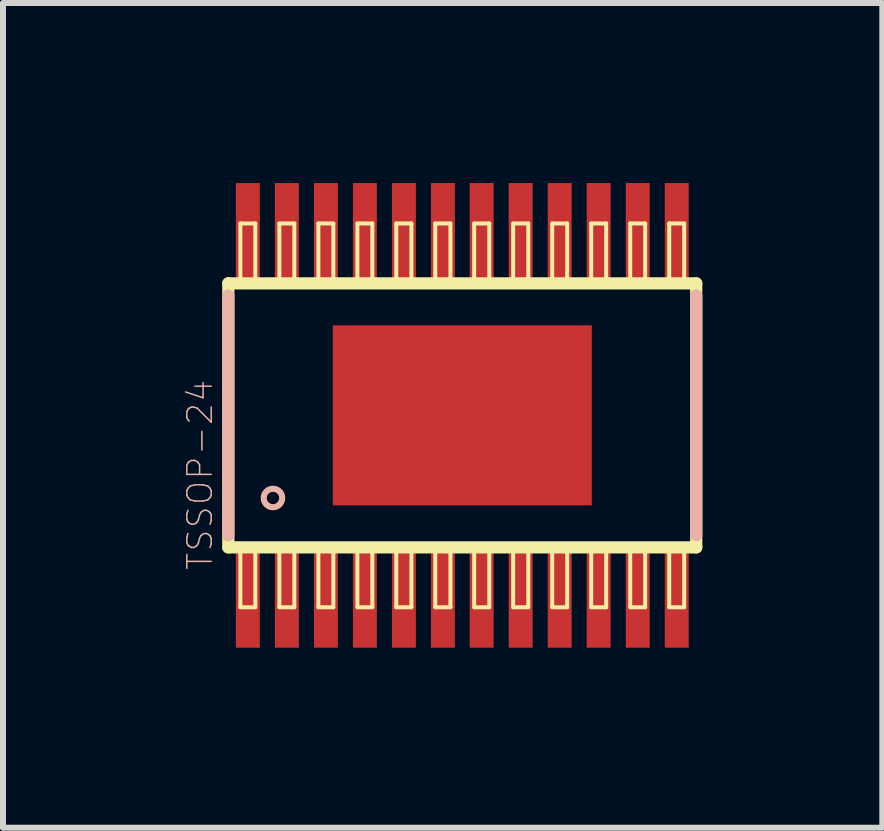
<source format=kicad_pcb>
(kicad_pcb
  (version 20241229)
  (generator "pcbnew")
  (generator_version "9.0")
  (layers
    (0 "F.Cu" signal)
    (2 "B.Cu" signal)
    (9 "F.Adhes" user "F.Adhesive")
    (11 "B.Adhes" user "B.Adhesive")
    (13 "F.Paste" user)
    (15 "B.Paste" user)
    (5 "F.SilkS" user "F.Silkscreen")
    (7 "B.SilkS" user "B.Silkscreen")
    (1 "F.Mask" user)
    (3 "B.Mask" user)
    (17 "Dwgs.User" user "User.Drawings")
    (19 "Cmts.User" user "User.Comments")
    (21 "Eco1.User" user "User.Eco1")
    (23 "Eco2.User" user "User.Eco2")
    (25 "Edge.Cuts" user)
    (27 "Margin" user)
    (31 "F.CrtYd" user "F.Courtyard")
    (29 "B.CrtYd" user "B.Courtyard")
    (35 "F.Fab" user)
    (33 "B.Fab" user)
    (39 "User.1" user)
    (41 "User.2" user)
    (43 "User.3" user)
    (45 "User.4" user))
  (footprint "TSSOP-24"
    (layer "F.Cu")
    (at 4.654 3.872)
    (property "Reference" "TSSOP-24" (at -4.371 0.993 90) (layer "B.SilkS") (effects (font (size 0.406 0.406) (thickness 0.025))))
    (attr smd)
    (fp_line (start -3.899 -2.2) (end 3.899 -2.2) (stroke (width 0.203) (type solid)) (layer "F.SilkS"))
    (fp_line (start -3.899 2.2) (end -3.899 -2.2) (stroke (width 0.203) (type solid)) (layer "F.SilkS"))
    (fp_line (start -3.698 -3.198) (end -3.449 -3.198) (stroke (width 0.066) (type solid)) (layer "F.SilkS"))
    (fp_line (start -3.698 -2.2) (end -3.698 -3.198) (stroke (width 0.066) (type solid)) (layer "F.SilkS"))
    (fp_line (start -3.698 -2.2) (end -3.449 -2.2) (stroke (width 0.066) (type solid)) (layer "F.SilkS"))
    (fp_line (start -3.698 2.2) (end -3.449 2.2) (stroke (width 0.066) (type solid)) (layer "F.SilkS"))
    (fp_line (start -3.698 3.198) (end -3.698 2.2) (stroke (width 0.066) (type solid)) (layer "F.SilkS"))
    (fp_line (start -3.698 3.198) (end -3.449 3.198) (stroke (width 0.066) (type solid)) (layer "F.SilkS"))
    (fp_line (start -3.449 -2.2) (end -3.449 -3.198) (stroke (width 0.066) (type solid)) (layer "F.SilkS"))
    (fp_line (start -3.449 3.198) (end -3.449 2.2) (stroke (width 0.066) (type solid)) (layer "F.SilkS"))
    (fp_line (start -3.048 -3.198) (end -2.799 -3.198) (stroke (width 0.066) (type solid)) (layer "F.SilkS"))
    (fp_line (start -3.048 -2.2) (end -3.048 -3.198) (stroke (width 0.066) (type solid)) (layer "F.SilkS"))
    (fp_line (start -3.048 -2.2) (end -2.799 -2.2) (stroke (width 0.066) (type solid)) (layer "F.SilkS"))
    (fp_line (start -3.048 2.2) (end -2.799 2.2) (stroke (width 0.066) (type solid)) (layer "F.SilkS"))
    (fp_line (start -3.048 3.198) (end -3.048 2.2) (stroke (width 0.066) (type solid)) (layer "F.SilkS"))
    (fp_line (start -3.048 3.198) (end -2.799 3.198) (stroke (width 0.066) (type solid)) (layer "F.SilkS"))
    (fp_line (start -2.799 -2.2) (end -2.799 -3.198) (stroke (width 0.066) (type solid)) (layer "F.SilkS"))
    (fp_line (start -2.799 3.198) (end -2.799 2.2) (stroke (width 0.066) (type solid)) (layer "F.SilkS"))
    (fp_line (start -2.398 -3.198) (end -2.149 -3.198) (stroke (width 0.066) (type solid)) (layer "F.SilkS"))
    (fp_line (start -2.398 -2.2) (end -2.398 -3.198) (stroke (width 0.066) (type solid)) (layer "F.SilkS"))
    (fp_line (start -2.398 -2.2) (end -2.149 -2.2) (stroke (width 0.066) (type solid)) (layer "F.SilkS"))
    (fp_line (start -2.398 2.2) (end -2.149 2.2) (stroke (width 0.066) (type solid)) (layer "F.SilkS"))
    (fp_line (start -2.398 3.198) (end -2.398 2.2) (stroke (width 0.066) (type solid)) (layer "F.SilkS"))
    (fp_line (start -2.398 3.198) (end -2.149 3.198) (stroke (width 0.066) (type solid)) (layer "F.SilkS"))
    (fp_line (start -2.149 -2.2) (end -2.149 -3.198) (stroke (width 0.066) (type solid)) (layer "F.SilkS"))
    (fp_line (start -2.149 3.198) (end -2.149 2.2) (stroke (width 0.066) (type solid)) (layer "F.SilkS"))
    (fp_line (start -1.748 -3.198) (end -1.499 -3.198) (stroke (width 0.066) (type solid)) (layer "F.SilkS"))
    (fp_line (start -1.748 -2.2) (end -1.748 -3.198) (stroke (width 0.066) (type solid)) (layer "F.SilkS"))
    (fp_line (start -1.748 -2.2) (end -1.499 -2.2) (stroke (width 0.066) (type solid)) (layer "F.SilkS"))
    (fp_line (start -1.748 2.2) (end -1.499 2.2) (stroke (width 0.066) (type solid)) (layer "F.SilkS"))
    (fp_line (start -1.748 3.198) (end -1.748 2.2) (stroke (width 0.066) (type solid)) (layer "F.SilkS"))
    (fp_line (start -1.748 3.198) (end -1.499 3.198) (stroke (width 0.066) (type solid)) (layer "F.SilkS"))
    (fp_line (start -1.499 -2.2) (end -1.499 -3.198) (stroke (width 0.066) (type solid)) (layer "F.SilkS"))
    (fp_line (start -1.499 3.198) (end -1.499 2.2) (stroke (width 0.066) (type solid)) (layer "F.SilkS"))
    (fp_line (start -1.1 -3.198) (end -0.848 -3.198) (stroke (width 0.066) (type solid)) (layer "F.SilkS"))
    (fp_line (start -1.1 -2.2) (end -1.1 -3.198) (stroke (width 0.066) (type solid)) (layer "F.SilkS"))
    (fp_line (start -1.1 -2.2) (end -0.848 -2.2) (stroke (width 0.066) (type solid)) (layer "F.SilkS"))
    (fp_line (start -1.1 2.2) (end -0.848 2.2) (stroke (width 0.066) (type solid)) (layer "F.SilkS"))
    (fp_line (start -1.1 3.198) (end -1.1 2.2) (stroke (width 0.066) (type solid)) (layer "F.SilkS"))
    (fp_line (start -1.1 3.198) (end -0.848 3.198) (stroke (width 0.066) (type solid)) (layer "F.SilkS"))
    (fp_line (start -0.848 -2.2) (end -0.848 -3.198) (stroke (width 0.066) (type solid)) (layer "F.SilkS"))
    (fp_line (start -0.848 3.198) (end -0.848 2.2) (stroke (width 0.066) (type solid)) (layer "F.SilkS"))
    (fp_line (start -0.45 -3.198) (end -0.198 -3.198) (stroke (width 0.066) (type solid)) (layer "F.SilkS"))
    (fp_line (start -0.45 -2.2) (end -0.45 -3.198) (stroke (width 0.066) (type solid)) (layer "F.SilkS"))
    (fp_line (start -0.45 -2.2) (end -0.198 -2.2) (stroke (width 0.066) (type solid)) (layer "F.SilkS"))
    (fp_line (start -0.45 2.2) (end -0.198 2.2) (stroke (width 0.066) (type solid)) (layer "F.SilkS"))
    (fp_line (start -0.45 3.198) (end -0.45 2.2) (stroke (width 0.066) (type solid)) (layer "F.SilkS"))
    (fp_line (start -0.45 3.198) (end -0.198 3.198) (stroke (width 0.066) (type solid)) (layer "F.SilkS"))
    (fp_line (start -0.198 -2.2) (end -0.198 -3.198) (stroke (width 0.066) (type solid)) (layer "F.SilkS"))
    (fp_line (start -0.198 3.198) (end -0.198 2.2) (stroke (width 0.066) (type solid)) (layer "F.SilkS"))
    (fp_line (start 0.198 -3.198) (end 0.45 -3.198) (stroke (width 0.066) (type solid)) (layer "F.SilkS"))
    (fp_line (start 0.198 -2.2) (end 0.198 -3.198) (stroke (width 0.066) (type solid)) (layer "F.SilkS"))
    (fp_line (start 0.198 -2.2) (end 0.45 -2.2) (stroke (width 0.066) (type solid)) (layer "F.SilkS"))
    (fp_line (start 0.198 2.2) (end 0.45 2.2) (stroke (width 0.066) (type solid)) (layer "F.SilkS"))
    (fp_line (start 0.198 3.198) (end 0.198 2.2) (stroke (width 0.066) (type solid)) (layer "F.SilkS"))
    (fp_line (start 0.198 3.198) (end 0.45 3.198) (stroke (width 0.066) (type solid)) (layer "F.SilkS"))
    (fp_line (start 0.45 -2.2) (end 0.45 -3.198) (stroke (width 0.066) (type solid)) (layer "F.SilkS"))
    (fp_line (start 0.45 3.198) (end 0.45 2.2) (stroke (width 0.066) (type solid)) (layer "F.SilkS"))
    (fp_line (start 0.848 -3.198) (end 1.1 -3.198) (stroke (width 0.066) (type solid)) (layer "F.SilkS"))
    (fp_line (start 0.848 -2.2) (end 0.848 -3.198) (stroke (width 0.066) (type solid)) (layer "F.SilkS"))
    (fp_line (start 0.848 -2.2) (end 1.1 -2.2) (stroke (width 0.066) (type solid)) (layer "F.SilkS"))
    (fp_line (start 0.848 2.2) (end 1.1 2.2) (stroke (width 0.066) (type solid)) (layer "F.SilkS"))
    (fp_line (start 0.848 3.198) (end 0.848 2.2) (stroke (width 0.066) (type solid)) (layer "F.SilkS"))
    (fp_line (start 0.848 3.198) (end 1.1 3.198) (stroke (width 0.066) (type solid)) (layer "F.SilkS"))
    (fp_line (start 1.1 -2.2) (end 1.1 -3.198) (stroke (width 0.066) (type solid)) (layer "F.SilkS"))
    (fp_line (start 1.1 3.198) (end 1.1 2.2) (stroke (width 0.066) (type solid)) (layer "F.SilkS"))
    (fp_line (start 1.499 -3.198) (end 1.748 -3.198) (stroke (width 0.066) (type solid)) (layer "F.SilkS"))
    (fp_line (start 1.499 -2.2) (end 1.499 -3.198) (stroke (width 0.066) (type solid)) (layer "F.SilkS"))
    (fp_line (start 1.499 -2.2) (end 1.748 -2.2) (stroke (width 0.066) (type solid)) (layer "F.SilkS"))
    (fp_line (start 1.499 2.2) (end 1.748 2.2) (stroke (width 0.066) (type solid)) (layer "F.SilkS"))
    (fp_line (start 1.499 3.198) (end 1.499 2.2) (stroke (width 0.066) (type solid)) (layer "F.SilkS"))
    (fp_line (start 1.499 3.198) (end 1.748 3.198) (stroke (width 0.066) (type solid)) (layer "F.SilkS"))
    (fp_line (start 1.748 -2.2) (end 1.748 -3.198) (stroke (width 0.066) (type solid)) (layer "F.SilkS"))
    (fp_line (start 1.748 3.198) (end 1.748 2.2) (stroke (width 0.066) (type solid)) (layer "F.SilkS"))
    (fp_line (start 2.149 -3.198) (end 2.398 -3.198) (stroke (width 0.066) (type solid)) (layer "F.SilkS"))
    (fp_line (start 2.149 -2.2) (end 2.149 -3.198) (stroke (width 0.066) (type solid)) (layer "F.SilkS"))
    (fp_line (start 2.149 -2.2) (end 2.398 -2.2) (stroke (width 0.066) (type solid)) (layer "F.SilkS"))
    (fp_line (start 2.149 2.2) (end 2.398 2.2) (stroke (width 0.066) (type solid)) (layer "F.SilkS"))
    (fp_line (start 2.149 3.198) (end 2.149 2.2) (stroke (width 0.066) (type solid)) (layer "F.SilkS"))
    (fp_line (start 2.149 3.198) (end 2.398 3.198) (stroke (width 0.066) (type solid)) (layer "F.SilkS"))
    (fp_line (start 2.398 -2.2) (end 2.398 -3.198) (stroke (width 0.066) (type solid)) (layer "F.SilkS"))
    (fp_line (start 2.398 3.198) (end 2.398 2.2) (stroke (width 0.066) (type solid)) (layer "F.SilkS"))
    (fp_line (start 2.799 -3.198) (end 3.048 -3.198) (stroke (width 0.066) (type solid)) (layer "F.SilkS"))
    (fp_line (start 2.799 -2.2) (end 2.799 -3.198) (stroke (width 0.066) (type solid)) (layer "F.SilkS"))
    (fp_line (start 2.799 -2.2) (end 3.048 -2.2) (stroke (width 0.066) (type solid)) (layer "F.SilkS"))
    (fp_line (start 2.799 2.2) (end 3.048 2.2) (stroke (width 0.066) (type solid)) (layer "F.SilkS"))
    (fp_line (start 2.799 3.198) (end 2.799 2.2) (stroke (width 0.066) (type solid)) (layer "F.SilkS"))
    (fp_line (start 2.799 3.198) (end 3.048 3.198) (stroke (width 0.066) (type solid)) (layer "F.SilkS"))
    (fp_line (start 3.048 -2.2) (end 3.048 -3.198) (stroke (width 0.066) (type solid)) (layer "F.SilkS"))
    (fp_line (start 3.048 3.198) (end 3.048 2.2) (stroke (width 0.066) (type solid)) (layer "F.SilkS"))
    (fp_line (start 3.449 -3.198) (end 3.698 -3.198) (stroke (width 0.066) (type solid)) (layer "F.SilkS"))
    (fp_line (start 3.449 -2.2) (end 3.449 -3.198) (stroke (width 0.066) (type solid)) (layer "F.SilkS"))
    (fp_line (start 3.449 -2.2) (end 3.698 -2.2) (stroke (width 0.066) (type solid)) (layer "F.SilkS"))
    (fp_line (start 3.449 2.2) (end 3.698 2.2) (stroke (width 0.066) (type solid)) (layer "F.SilkS"))
    (fp_line (start 3.449 3.198) (end 3.449 2.2) (stroke (width 0.066) (type solid)) (layer "F.SilkS"))
    (fp_line (start 3.449 3.198) (end 3.698 3.198) (stroke (width 0.066) (type solid)) (layer "F.SilkS"))
    (fp_line (start 3.698 -2.2) (end 3.698 -3.198) (stroke (width 0.066) (type solid)) (layer "F.SilkS"))
    (fp_line (start 3.698 3.198) (end 3.698 2.2) (stroke (width 0.066) (type solid)) (layer "F.SilkS"))
    (fp_line (start 3.899 -2.2) (end 3.899 2.2) (stroke (width 0.203) (type solid)) (layer "F.SilkS"))
    (fp_line (start 3.899 2.2) (end -3.899 2.2) (stroke (width 0.203) (type solid)) (layer "F.SilkS"))
    (fp_line (start -3.899 1.999) (end -3.899 -1.999) (stroke (width 0.203) (type solid)) (layer "B.SilkS"))
    (fp_line (start 3.899 -1.999) (end 3.899 1.999) (stroke (width 0.203) (type solid)) (layer "B.SilkS"))
    (fp_circle (center -3.155 1.377) (end -3.264 1.486) (stroke (width 0.102) (type solid)) (fill no) (layer "B.SilkS"))
    (pad "1" smd rect (at -3.574 3.048) (size 0.399 1.648) (layers "F.Cu" "F.Mask" "F.Paste"))
    (pad "2" smd rect (at -2.924 3.048) (size 0.399 1.648) (layers "F.Cu" "F.Mask" "F.Paste"))
    (pad "3" smd rect (at -2.273 3.048) (size 0.399 1.648) (layers "F.Cu" "F.Mask" "F.Paste"))
    (pad "4" smd rect (at -1.623 3.048) (size 0.399 1.648) (layers "F.Cu" "F.Mask" "F.Paste"))
    (pad "5" smd rect (at -0.973 3.048) (size 0.399 1.648) (layers "F.Cu" "F.Mask" "F.Paste"))
    (pad "6" smd rect (at -0.323 3.048) (size 0.399 1.648) (layers "F.Cu" "F.Mask" "F.Paste"))
    (pad "7" smd rect (at 0.323 3.048) (size 0.399 1.648) (layers "F.Cu" "F.Mask" "F.Paste"))
    (pad "8" smd rect (at 0.973 3.048) (size 0.399 1.648) (layers "F.Cu" "F.Mask" "F.Paste"))
    (pad "9" smd rect (at 1.623 3.048) (size 0.399 1.648) (layers "F.Cu" "F.Mask" "F.Paste"))
    (pad "10" smd rect (at 2.273 3.048) (size 0.399 1.648) (layers "F.Cu" "F.Mask" "F.Paste"))
    (pad "11" smd rect (at 2.924 3.048) (size 0.399 1.648) (layers "F.Cu" "F.Mask" "F.Paste"))
    (pad "12" smd rect (at 3.574 3.048) (size 0.399 1.648) (layers "F.Cu" "F.Mask" "F.Paste"))
    (pad "13" smd rect (at 3.574 -3.048 180) (size 0.399 1.648) (layers "F.Cu" "F.Mask" "F.Paste"))
    (pad "14" smd rect (at 2.924 -3.048 180) (size 0.399 1.648) (layers "F.Cu" "F.Mask" "F.Paste"))
    (pad "15" smd rect (at 2.273 -3.048) (size 0.399 1.648) (layers "F.Cu" "F.Mask" "F.Paste"))
    (pad "16" smd rect (at 1.623 -3.048) (size 0.399 1.648) (layers "F.Cu" "F.Mask" "F.Paste"))
    (pad "17" smd rect (at 0.973 -3.048) (size 0.399 1.648) (layers "F.Cu" "F.Mask" "F.Paste"))
    (pad "18" smd rect (at 0.323 -3.048) (size 0.399 1.648) (layers "F.Cu" "F.Mask" "F.Paste"))
    (pad "19" smd rect (at -0.323 -3.048) (size 0.399 1.648) (layers "F.Cu" "F.Mask" "F.Paste"))
    (pad "20" smd rect (at -0.973 -3.048) (size 0.399 1.648) (layers "F.Cu" "F.Mask" "F.Paste"))
    (pad "21" smd rect (at -1.623 -3.048) (size 0.399 1.648) (layers "F.Cu" "F.Mask" "F.Paste"))
    (pad "22" smd rect (at -2.273 -3.048) (size 0.399 1.648) (layers "F.Cu" "F.Mask" "F.Paste"))
    (pad "23" smd rect (at -2.924 -3.048) (size 0.399 1.648) (layers "F.Cu" "F.Mask" "F.Paste"))
    (pad "24" smd rect (at -3.574 -3.048) (size 0.399 1.648) (layers "F.Cu" "F.Mask" "F.Paste"))
    (pad "EP" smd rect (at 0 0 90) (size 3 4.318) (layers "F.Cu" "F.Mask" "F.Paste")))
  (gr_rect
    (start -3 -3)
    (end 11.654 10.744)
    (stroke (width 0.1) (type default))
    (fill no)
    (layer "Edge.Cuts")))
</source>
